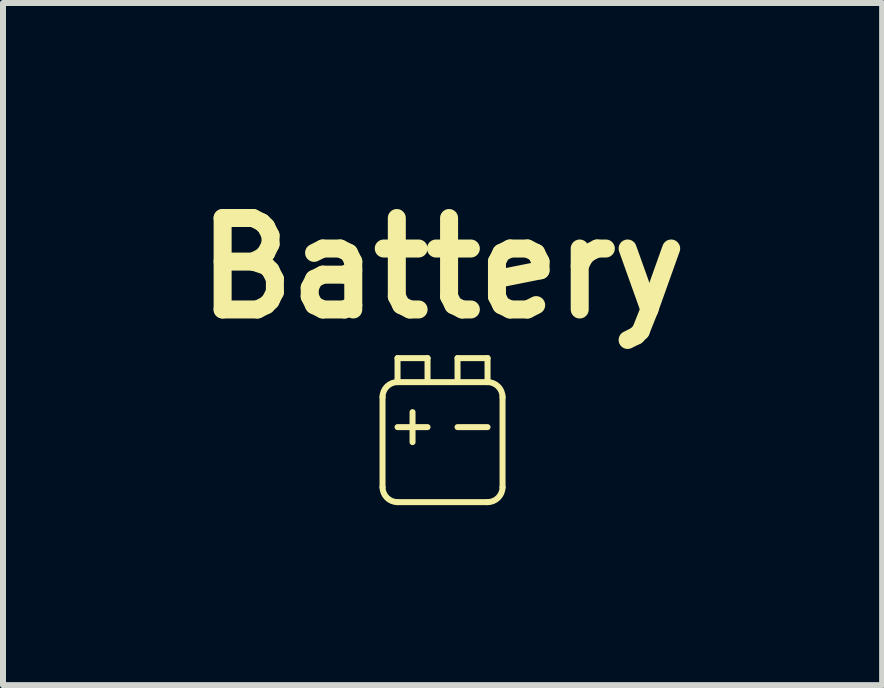
<source format=kicad_pcb>
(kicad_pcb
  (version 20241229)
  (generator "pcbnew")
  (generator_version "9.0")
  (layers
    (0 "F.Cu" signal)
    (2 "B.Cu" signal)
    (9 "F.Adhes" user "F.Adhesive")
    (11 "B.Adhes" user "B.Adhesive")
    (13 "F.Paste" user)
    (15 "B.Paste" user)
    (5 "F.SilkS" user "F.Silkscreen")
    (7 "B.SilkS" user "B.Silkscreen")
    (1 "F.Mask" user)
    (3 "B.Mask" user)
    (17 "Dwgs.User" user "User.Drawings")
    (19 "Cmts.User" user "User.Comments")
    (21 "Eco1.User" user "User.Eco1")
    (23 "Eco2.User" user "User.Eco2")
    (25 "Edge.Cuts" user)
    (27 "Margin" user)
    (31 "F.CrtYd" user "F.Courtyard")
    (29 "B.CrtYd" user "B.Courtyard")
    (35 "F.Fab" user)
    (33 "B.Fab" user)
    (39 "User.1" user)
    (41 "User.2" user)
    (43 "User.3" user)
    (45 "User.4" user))
  (footprint "Battery"
    (layer "F.Cu")
    (at 4.325 4.318)
    (property "Reference" "Battery" (at 0 -2.9 0) (layer "F.SilkS") (effects (font (size 1.524 1.524) (thickness 0.3))))
    (attr through_hole)
    (fp_line (start -1 -0.75) (end -1 0.75) (stroke (width 0.1) (type solid)) (layer "F.SilkS"))
    (fp_line (start -0.75 -1.4) (end -0.25 -1.4) (stroke (width 0.1) (type solid)) (layer "F.SilkS"))
    (fp_line (start -0.75 -1) (end -0.75 -1.4) (stroke (width 0.1) (type solid)) (layer "F.SilkS"))
    (fp_line (start -0.75 -0.25) (end -0.25 -0.25) (stroke (width 0.1) (type solid)) (layer "F.SilkS"))
    (fp_line (start -0.75 1) (end 0.75 1) (stroke (width 0.1) (type solid)) (layer "F.SilkS"))
    (fp_line (start -0.5 -0.5) (end -0.5 0) (stroke (width 0.1) (type solid)) (layer "F.SilkS"))
    (fp_line (start -0.25 -1.4) (end -0.25 -1) (stroke (width 0.1) (type solid)) (layer "F.SilkS"))
    (fp_line (start 0.25 -1.4) (end 0.25 -1) (stroke (width 0.1) (type solid)) (layer "F.SilkS"))
    (fp_line (start 0.25 -0.25) (end 0.75 -0.25) (stroke (width 0.1) (type solid)) (layer "F.SilkS"))
    (fp_line (start 0.75 -1.4) (end 0.25 -1.4) (stroke (width 0.1) (type solid)) (layer "F.SilkS"))
    (fp_line (start 0.75 -1) (end -0.75 -1) (stroke (width 0.1) (type solid)) (layer "F.SilkS"))
    (fp_line (start 0.75 -1) (end 0.75 -1.4) (stroke (width 0.1) (type solid)) (layer "F.SilkS"))
    (fp_line (start 1 0.75) (end 1 -0.75) (stroke (width 0.1) (type solid)) (layer "F.SilkS"))
    (fp_arc (start -1 -0.75) (mid -0.926777 -0.926777) (end -0.75 -1) (stroke (width 0.1) (type solid)) (layer "F.SilkS"))
    (fp_arc (start -0.75 1) (mid -0.926777 0.926777) (end -1 0.75) (stroke (width 0.1) (type solid)) (layer "F.SilkS"))
    (fp_arc (start 0.75 -1) (mid 0.926777 -0.926777) (end 1 -0.75) (stroke (width 0.1) (type solid)) (layer "F.SilkS"))
    (fp_arc (start 1 0.75) (mid 0.926777 0.926777) (end 0.75 1) (stroke (width 0.1) (type solid)) (layer "F.SilkS")))
  (gr_rect
    (start -3 -3)
    (end 11.651 8.368)
    (stroke (width 0.1) (type default))
    (fill no)
    (layer "Edge.Cuts")))
</source>
